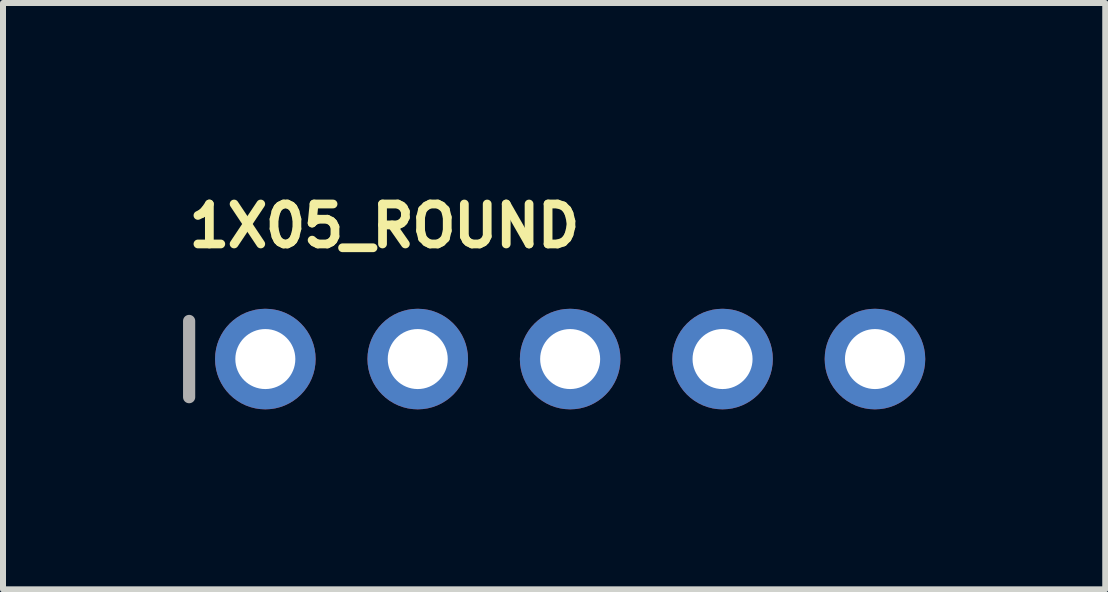
<source format=kicad_pcb>
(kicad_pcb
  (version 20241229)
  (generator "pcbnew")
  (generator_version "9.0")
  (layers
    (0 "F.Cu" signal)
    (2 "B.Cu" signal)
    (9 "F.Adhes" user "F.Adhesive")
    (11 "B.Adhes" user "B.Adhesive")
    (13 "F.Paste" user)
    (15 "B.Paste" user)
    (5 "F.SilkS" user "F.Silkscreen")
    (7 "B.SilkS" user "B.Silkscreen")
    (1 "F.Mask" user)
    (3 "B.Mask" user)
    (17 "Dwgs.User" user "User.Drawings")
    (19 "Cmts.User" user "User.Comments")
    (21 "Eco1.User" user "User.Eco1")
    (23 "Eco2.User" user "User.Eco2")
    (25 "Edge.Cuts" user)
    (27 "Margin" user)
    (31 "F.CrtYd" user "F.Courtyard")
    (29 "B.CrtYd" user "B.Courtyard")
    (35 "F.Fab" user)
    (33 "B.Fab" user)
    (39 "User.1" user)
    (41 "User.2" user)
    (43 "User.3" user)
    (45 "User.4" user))
  (footprint "1X05_ROUND"
    (layer "F.Cu")
    (at 6.452 2.934)
    (property "Reference" "1X05_ROUND" (at -6.426 -1.829 0) (layer "F.SilkS") (effects (font (size 0.666 0.666) (thickness 0.146)) (justify left bottom)))
    (fp_line (start -6.35 -0.635) (end -6.35 0.635) (stroke (width 0.203) (type solid)) (layer "F.Fab"))
    (fp_poly (pts (xy -5.334 0.254) (xy -4.826 0.254) (xy -4.826 -0.254) (xy -5.334 -0.254)) (stroke (width 0.1) (type default)) (fill no) (layer "F.Fab"))
    (fp_poly (pts (xy -2.794 0.254) (xy -2.286 0.254) (xy -2.286 -0.254) (xy -2.794 -0.254)) (stroke (width 0.1) (type default)) (fill no) (layer "F.Fab"))
    (fp_poly (pts (xy -0.254 0.254) (xy 0.254 0.254) (xy 0.254 -0.254) (xy -0.254 -0.254)) (stroke (width 0.1) (type default)) (fill no) (layer "F.Fab"))
    (fp_poly (pts (xy 2.286 0.254) (xy 2.794 0.254) (xy 2.794 -0.254) (xy 2.286 -0.254)) (stroke (width 0.1) (type default)) (fill no) (layer "F.Fab"))
    (fp_poly (pts (xy 4.826 0.254) (xy 5.334 0.254) (xy 5.334 -0.254) (xy 4.826 -0.254)) (stroke (width 0.1) (type default)) (fill no) (layer "F.Fab"))
    (pad "1" thru_hole circle (at -5.08 0 90) (size 1.676 1.676) (drill 1) (layers "*.Cu" "*.Mask"))
    (pad "2" thru_hole circle (at -2.54 0 90) (size 1.676 1.676) (drill 1) (layers "*.Cu" "*.Mask"))
    (pad "3" thru_hole circle (at 0 0 90) (size 1.676 1.676) (drill 1) (layers "*.Cu" "*.Mask"))
    (pad "4" thru_hole circle (at 2.54 0 90) (size 1.676 1.676) (drill 1) (layers "*.Cu" "*.Mask"))
    (pad "5" thru_hole circle (at 5.08 0 90) (size 1.676 1.676) (drill 1) (layers "*.Cu" "*.Mask")))
  (gr_rect
    (start -3 -3)
    (end 15.37 6.772)
    (stroke (width 0.1) (type default))
    (fill no)
    (layer "Edge.Cuts")))
</source>
